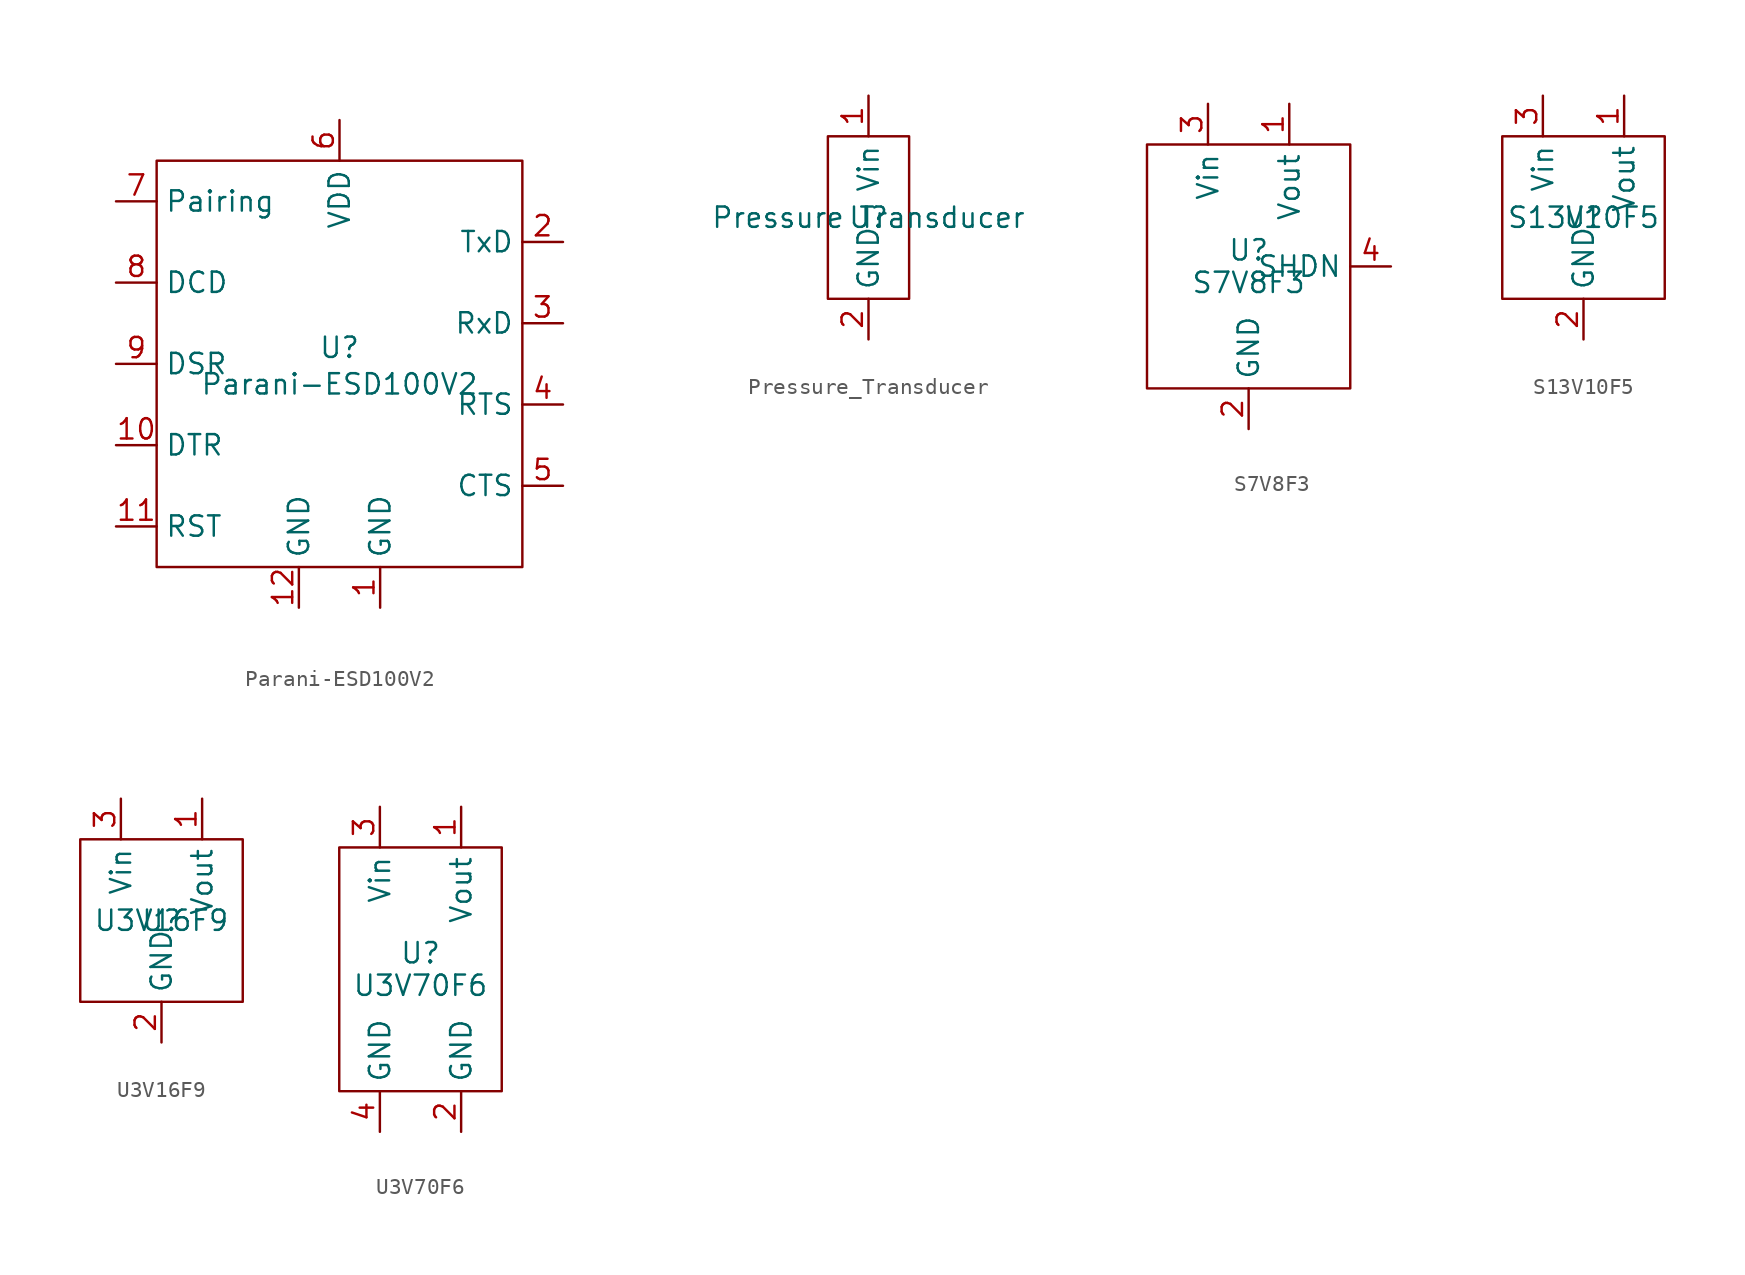
<source format=kicad_sym>
(kicad_symbol_lib
  (version 20241209)
  (generator "kicad_symbol_editor")
  (generator_version "9.0")
  (symbol "Parani-ESD100V2"
    (property "Reference" "U"
      (at 0 1.016 0)
      (effects (font (size 1.27 1.27))))
    (property "Value" "Parani-ESD100V2"
      (at 0 -1.27 0)
      (effects (font (size 1.27 1.27))))
    (symbol "Parani-ESD100V2_0_1"
      (rectangle (start -11.43 12.7) (end 11.43 -12.7) (stroke (width 0) (type default)) (fill (type none))))
    (symbol "Parani-ESD100V2_1_1"
      (pin bidirectional line (at -13.97 10.16 0) (length 2.54) (name "Pairing" (effects (font (size 1.27 1.27)))) (number "7" (effects (font (size 1.27 1.27)))))
      (pin bidirectional line (at -13.97 5.08 0) (length 2.54) (name "DCD" (effects (font (size 1.27 1.27)))) (number "8" (effects (font (size 1.27 1.27)))))
      (pin bidirectional line (at -13.97 0 0) (length 2.54) (name "DSR" (effects (font (size 1.27 1.27)))) (number "9" (effects (font (size 1.27 1.27)))))
      (pin bidirectional line (at -13.97 -5.08 0) (length 2.54) (name "DTR" (effects (font (size 1.27 1.27)))) (number "10" (effects (font (size 1.27 1.27)))))
      (pin bidirectional line (at -13.97 -10.16 0) (length 2.54) (name "RST" (effects (font (size 1.27 1.27)))) (number "11" (effects (font (size 1.27 1.27)))))
      (pin power_in line (at -2.54 -15.24 90) (length 2.54) (name "GND" (effects (font (size 1.27 1.27)))) (number "12" (effects (font (size 1.27 1.27)))))
      (pin power_in line (at 0 15.24 270) (length 2.54) (name "VDD" (effects (font (size 1.27 1.27)))) (number "6" (effects (font (size 1.27 1.27)))))
      (pin power_in line (at 2.54 -15.24 90) (length 2.54) (name "GND" (effects (font (size 1.27 1.27)))) (number "1" (effects (font (size 1.27 1.27)))))
      (pin bidirectional line (at 13.97 7.62 180) (length 2.54) (name "TxD" (effects (font (size 1.27 1.27)))) (number "2" (effects (font (size 1.27 1.27)))))
      (pin bidirectional line (at 13.97 2.54 180) (length 2.54) (name "RxD" (effects (font (size 1.27 1.27)))) (number "3" (effects (font (size 1.27 1.27)))))
      (pin bidirectional line (at 13.97 -2.54 180) (length 2.54) (name "RTS" (effects (font (size 1.27 1.27)))) (number "4" (effects (font (size 1.27 1.27)))))
      (pin bidirectional line (at 13.97 -7.62 180) (length 2.54) (name "CTS" (effects (font (size 1.27 1.27)))) (number "5" (effects (font (size 1.27 1.27)))))))
  (symbol "Pressure_Transducer"
    (property "Reference" "U"
      (at 0 0 0)
      (effects (font (size 1.27 1.27))))
    (property "Value" "Pressure Transducer"
      (at 0 0 0)
      (effects (font (size 1.27 1.27))))
    (symbol "Pressure_Transducer_0_1"
      (rectangle (start -2.54 5.08) (end 2.54 -5.08) (stroke (width 0) (type default)) (fill (type none))))
    (symbol "Pressure_Transducer_1_1"
      (pin passive line (at 0 7.62 270) (length 2.54) (name "Vin" (effects (font (size 1.27 1.27)))) (number "1" (effects (font (size 1.27 1.27)))))
      (pin passive line (at 0 -7.62 90) (length 2.54) (name "GND" (effects (font (size 1.27 1.27)))) (number "2" (effects (font (size 1.27 1.27)))))))
  (symbol "S7V8F3"
    (property "Reference" "U"
      (at 0 1.016 0)
      (effects (font (size 1.27 1.27))))
    (property "Value" "S7V8F3"
      (at 0 -1.016 0)
      (effects (font (size 1.27 1.27))))
    (symbol "S7V8F3_0_1"
      (rectangle (start -6.35 7.62) (end 6.35 -7.62) (stroke (width 0) (type default)) (fill (type none))))
    (symbol "S7V8F3_1_1"
      (pin power_in line (at -2.54 10.16 270) (length 2.54) (name "Vin" (effects (font (size 1.27 1.27)))) (number "3" (effects (font (size 1.27 1.27)))))
      (pin power_in line (at 0 -10.16 90) (length 2.54) (name "GND" (effects (font (size 1.27 1.27)))) (number "2" (effects (font (size 1.27 1.27)))))
      (pin power_out line (at 2.54 10.16 270) (length 2.54) (name "Vout" (effects (font (size 1.27 1.27)))) (number "1" (effects (font (size 1.27 1.27)))))
      (pin input line (at 8.89 0 180) (length 2.54) (name "SHDN" (effects (font (size 1.27 1.27)))) (number "4" (effects (font (size 1.27 1.27)))))))
  (symbol "S13V10F5"
    (property "Reference" "U"
      (at 0 0 0)
      (effects (font (size 1.27 1.27))))
    (property "Value" "S13V10F5"
      (at 0 0 0)
      (effects (font (size 1.27 1.27))))
    (symbol "S13V10F5_0_1"
      (rectangle (start -5.08 5.08) (end 5.08 -5.08) (stroke (width 0) (type default)) (fill (type none))))
    (symbol "S13V10F5_1_1"
      (pin power_in line (at -2.54 7.62 270) (length 2.54) (name "Vin" (effects (font (size 1.27 1.27)))) (number "3" (effects (font (size 1.27 1.27)))))
      (pin power_in line (at 0 -7.62 90) (length 2.54) (name "GND" (effects (font (size 1.27 1.27)))) (number "2" (effects (font (size 1.27 1.27)))))
      (pin power_out line (at 2.54 7.62 270) (length 2.54) (name "Vout" (effects (font (size 1.27 1.27)))) (number "1" (effects (font (size 1.27 1.27)))))))
  (symbol "U3V16F9"
    (property "Reference" "U"
      (at 0 0 0)
      (effects (font (size 1.27 1.27))))
    (property "Value" "U3V16F9"
      (at 0 0 0)
      (effects (font (size 1.27 1.27))))
    (symbol "U3V16F9_0_1"
      (rectangle (start -5.08 5.08) (end 5.08 -5.08) (stroke (width 0) (type default)) (fill (type none))))
    (symbol "U3V16F9_1_1"
      (pin power_in line (at -2.54 7.62 270) (length 2.54) (name "Vin" (effects (font (size 1.27 1.27)))) (number "3" (effects (font (size 1.27 1.27)))))
      (pin power_in line (at 0 -7.62 90) (length 2.54) (name "GND" (effects (font (size 1.27 1.27)))) (number "2" (effects (font (size 1.27 1.27)))))
      (pin power_out line (at 2.54 7.62 270) (length 2.54) (name "Vout" (effects (font (size 1.27 1.27)))) (number "1" (effects (font (size 1.27 1.27)))))))
  (symbol "U3V70F6"
    (property "Reference" "U"
      (at 0 1.016 0)
      (effects (font (size 1.27 1.27))))
    (property "Value" "U3V70F6"
      (at 0 -1.016 0)
      (effects (font (size 1.27 1.27))))
    (symbol "U3V70F6_0_1"
      (rectangle (start -5.08 7.62) (end 5.08 -7.62) (stroke (width 0) (type default)) (fill (type none))))
    (symbol "U3V70F6_1_1"
      (pin power_in line (at -2.54 10.16 270) (length 2.54) (name "Vin" (effects (font (size 1.27 1.27)))) (number "3" (effects (font (size 1.27 1.27)))))
      (pin power_in line (at -2.54 -10.16 90) (length 2.54) (name "GND" (effects (font (size 1.27 1.27)))) (number "4" (effects (font (size 1.27 1.27)))))
      (pin power_out line (at 2.54 10.16 270) (length 2.54) (name "Vout" (effects (font (size 1.27 1.27)))) (number "1" (effects (font (size 1.27 1.27)))))
      (pin power_in line (at 2.54 -10.16 90) (length 2.54) (name "GND" (effects (font (size 1.27 1.27)))) (number "2" (effects (font (size 1.27 1.27))))))))
</source>
